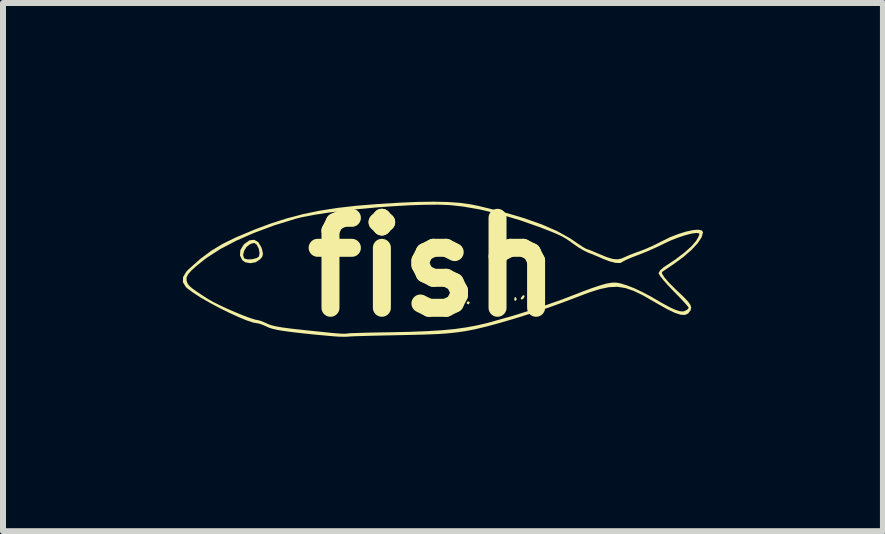
<source format=kicad_pcb>
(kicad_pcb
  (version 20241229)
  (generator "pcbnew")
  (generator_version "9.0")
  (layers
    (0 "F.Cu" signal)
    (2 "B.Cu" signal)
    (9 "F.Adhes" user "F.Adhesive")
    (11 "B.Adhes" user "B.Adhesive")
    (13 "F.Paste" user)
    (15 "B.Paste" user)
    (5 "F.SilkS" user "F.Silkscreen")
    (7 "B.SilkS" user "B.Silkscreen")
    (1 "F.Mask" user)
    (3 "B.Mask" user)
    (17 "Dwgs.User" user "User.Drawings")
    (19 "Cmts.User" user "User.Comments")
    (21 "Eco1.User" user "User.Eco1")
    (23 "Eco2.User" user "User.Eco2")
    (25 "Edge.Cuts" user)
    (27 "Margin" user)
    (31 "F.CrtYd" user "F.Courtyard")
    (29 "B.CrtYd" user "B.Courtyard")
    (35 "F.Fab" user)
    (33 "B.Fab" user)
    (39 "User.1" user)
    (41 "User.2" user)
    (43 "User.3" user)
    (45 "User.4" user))
  (footprint "fish"
    (layer "F.Cu")
    (at 4.175 1.404)
    (property "Reference" "fish" (at 0 0 0) (layer "F.SilkS") (effects (font (size 1.5 1.5) (thickness 0.3))))
    (attr board_only exclude_from_pos_files exclude_from_bom)
    (fp_poly (pts (xy 1.605 0.472) (xy 1.608 0.503) (xy 1.605 0.507) (xy 1.589 0.503) (xy 1.587 0.489) (xy 1.597 0.468)) (stroke (width 0) (type solid)) (fill yes) (layer "F.SilkS"))
    (fp_poly (pts (xy 1.376 0.503) (xy 1.392 0.535) (xy 1.388 0.544) (xy 1.362 0.568) (xy 1.35 0.541) (xy 1.349 0.528) (xy 1.362 0.5)) (stroke (width 0) (type solid)) (fill yes) (layer "F.SilkS"))
    (fp_poly (pts (xy 0.344 0.609) (xy 0.369 0.642) (xy 0.37 0.65) (xy 0.35 0.674) (xy 0.344 0.675) (xy 0.321 0.653) (xy 0.318 0.633) (xy 0.33 0.606)) (stroke (width 0) (type solid)) (fill yes) (layer "F.SilkS"))
    (fp_poly (pts (xy 0.472 0.588) (xy 0.476 0.607) (xy 0.462 0.643) (xy 0.45 0.648) (xy 0.424 0.629) (xy 0.423 0.623) (xy 0.443 0.587) (xy 0.45 0.582)) (stroke (width 0) (type solid)) (fill yes) (layer "F.SilkS"))
    (fp_poly (pts (xy 0.608 0.589) (xy 0.609 0.595) (xy 0.588 0.621) (xy 0.582 0.622) (xy 0.556 0.602) (xy 0.556 0.595) (xy 0.576 0.57) (xy 0.582 0.569)) (stroke (width 0) (type solid)) (fill yes) (layer "F.SilkS"))
    (fp_poly (pts (xy 1.523 0.477) (xy 1.519 0.5) (xy 1.494 0.534) (xy 1.468 0.541) (xy 1.459 0.52) (xy 1.461 0.511) (xy 1.494 0.473) (xy 1.503 0.469)) (stroke (width 0) (type solid)) (fill yes) (layer "F.SilkS"))
    (fp_poly (pts (xy 1.745 0.457) (xy 1.746 0.463) (xy 1.726 0.489) (xy 1.72 0.489) (xy 1.694 0.469) (xy 1.693 0.463) (xy 1.713 0.437) (xy 1.72 0.437)) (stroke (width 0) (type solid)) (fill yes) (layer "F.SilkS"))
    (fp_poly (pts (xy -2.918 -0.416) (xy -2.866 -0.328) (xy -2.854 -0.291) (xy -2.84 -0.221) (xy -2.852 -0.173) (xy -2.887 -0.13) (xy -2.961 -0.081) (xy -3.051 -0.065) (xy -3.137 -0.081) (xy -3.184 -0.115) (xy -3.224 -0.194) (xy -3.223 -0.203) (xy -3.171 -0.203) (xy -3.157 -0.152) (xy -3.146 -0.142) (xy -3.092 -0.128) (xy -3.017 -0.132) (xy -2.947 -0.15) (xy -2.907 -0.177) (xy -2.897 -0.235) (xy -2.911 -0.309) (xy -2.945 -0.373) (xy -2.951 -0.38) (xy -2.983 -0.402) (xy -3.026 -0.394) (xy -3.059 -0.38) (xy -3.116 -0.334) (xy -3.155 -0.27) (xy -3.171 -0.203) (xy -3.223 -0.203) (xy -3.217 -0.284) (xy -3.163 -0.372) (xy -3.151 -0.386) (xy -3.065 -0.446) (xy -2.986 -0.456)) (stroke (width 0) (type solid)) (fill yes) (layer "F.SilkS"))
    (fp_poly (pts (xy 0.235 -1.086) (xy 0.439 -1.072) (xy 0.622 -1.047) (xy 0.754 -1.02) (xy 1.157 -0.921) (xy 1.508 -0.818) (xy 1.811 -0.711) (xy 2.066 -0.6) (xy 2.276 -0.483) (xy 2.332 -0.445) (xy 2.422 -0.384) (xy 2.496 -0.336) (xy 2.543 -0.308) (xy 2.553 -0.304) (xy 2.584 -0.294) (xy 2.65 -0.268) (xy 2.739 -0.23) (xy 2.759 -0.222) (xy 2.891 -0.167) (xy 2.989 -0.137) (xy 3.067 -0.129) (xy 3.136 -0.142) (xy 3.193 -0.167) (xy 3.279 -0.205) (xy 3.384 -0.245) (xy 3.44 -0.264) (xy 3.531 -0.299) (xy 3.648 -0.35) (xy 3.768 -0.409) (xy 3.807 -0.429) (xy 3.945 -0.497) (xy 4.083 -0.551) (xy 4.214 -0.592) (xy 4.329 -0.617) (xy 4.42 -0.624) (xy 4.479 -0.611) (xy 4.498 -0.581) (xy 4.475 -0.498) (xy 4.409 -0.397) (xy 4.304 -0.285) (xy 4.166 -0.165) (xy 4 -0.044) (xy 3.995 -0.041) (xy 3.913 0.014) (xy 3.85 0.057) (xy 3.817 0.08) (xy 3.814 0.081) (xy 3.816 0.111) (xy 3.853 0.17) (xy 3.922 0.251) (xy 4.018 0.348) (xy 4.065 0.393) (xy 4.173 0.495) (xy 4.245 0.571) (xy 4.286 0.628) (xy 4.301 0.672) (xy 4.294 0.712) (xy 4.286 0.727) (xy 4.249 0.775) (xy 4.196 0.798) (xy 4.124 0.794) (xy 4.027 0.762) (xy 3.899 0.701) (xy 3.736 0.609) (xy 3.684 0.579) (xy 3.5 0.473) (xy 3.343 0.397) (xy 3.203 0.349) (xy 3.068 0.328) (xy 2.928 0.335) (xy 2.773 0.368) (xy 2.591 0.426) (xy 2.394 0.501) (xy 2.154 0.592) (xy 1.897 0.684) (xy 1.633 0.772) (xy 1.371 0.854) (xy 1.12 0.928) (xy 0.891 0.99) (xy 0.691 1.038) (xy 0.53 1.069) (xy 0.52 1.07) (xy 0.411 1.086) (xy 0.308 1.098) (xy 0.201 1.108) (xy 0.082 1.116) (xy -0.057 1.122) (xy -0.223 1.127) (xy -0.427 1.132) (xy -0.673 1.137) (xy -0.862 1.141) (xy -1.036 1.145) (xy -1.188 1.149) (xy -1.309 1.153) (xy -1.392 1.157) (xy -1.427 1.16) (xy -1.484 1.162) (xy -1.577 1.16) (xy -1.688 1.152) (xy -1.72 1.149) (xy -1.979 1.125) (xy -2.191 1.103) (xy -2.361 1.083) (xy -2.495 1.065) (xy -2.598 1.048) (xy -2.676 1.03) (xy -2.735 1.012) (xy -2.771 0.996) (xy -2.846 0.962) (xy -2.906 0.942) (xy -2.922 0.939) (xy -2.999 0.926) (xy -3.111 0.889) (xy -3.248 0.833) (xy -3.402 0.762) (xy -3.564 0.682) (xy -3.723 0.597) (xy -3.87 0.513) (xy -3.997 0.432) (xy -4.093 0.362) (xy -4.127 0.331) (xy -4.175 0.252) (xy -4.174 0.222) (xy -4.114 0.222) (xy -4.105 0.253) (xy -4.089 0.285) (xy -4.062 0.318) (xy -4.016 0.357) (xy -3.943 0.409) (xy -3.837 0.48) (xy -3.764 0.527) (xy -3.679 0.576) (xy -3.566 0.633) (xy -3.436 0.694) (xy -3.299 0.753) (xy -3.168 0.807) (xy -3.052 0.85) (xy -2.962 0.878) (xy -2.915 0.886) (xy -2.873 0.898) (xy -2.805 0.926) (xy -2.774 0.941) (xy -2.716 0.965) (xy -2.633 0.986) (xy -2.52 1.006) (xy -2.368 1.026) (xy -2.187 1.046) (xy -1.979 1.068) (xy -1.818 1.084) (xy -1.696 1.097) (xy -1.607 1.105) (xy -1.544 1.109) (xy -1.499 1.111) (xy -1.468 1.111) (xy -1.442 1.108) (xy -1.425 1.106) (xy -1.38 1.102) (xy -1.29 1.099) (xy -1.164 1.095) (xy -1.009 1.091) (xy -0.835 1.088) (xy -0.711 1.086) (xy -0.385 1.079) (xy -0.105 1.068) (xy 0.139 1.053) (xy 0.353 1.033) (xy 0.545 1.006) (xy 0.724 0.973) (xy 0.897 0.933) (xy 0.926 0.925) (xy 1.355 0.804) (xy 1.766 0.674) (xy 2.147 0.54) (xy 2.368 0.455) (xy 2.512 0.399) (xy 2.654 0.347) (xy 2.778 0.306) (xy 2.871 0.279) (xy 2.892 0.274) (xy 2.978 0.26) (xy 3.047 0.258) (xy 3.121 0.271) (xy 3.22 0.302) (xy 3.235 0.307) (xy 3.349 0.351) (xy 3.483 0.414) (xy 3.611 0.481) (xy 3.637 0.496) (xy 3.805 0.594) (xy 3.935 0.665) (xy 4.034 0.711) (xy 4.108 0.735) (xy 4.162 0.74) (xy 4.196 0.731) (xy 4.244 0.702) (xy 4.26 0.679) (xy 4.242 0.653) (xy 4.194 0.597) (xy 4.121 0.519) (xy 4.032 0.427) (xy 4.008 0.403) (xy 3.916 0.306) (xy 3.838 0.219) (xy 3.783 0.149) (xy 3.758 0.107) (xy 3.757 0.101) (xy 3.78 0.057) (xy 3.842 0.002) (xy 3.883 -0.025) (xy 4.045 -0.133) (xy 4.189 -0.243) (xy 4.303 -0.345) (xy 4.38 -0.434) (xy 4.384 -0.44) (xy 4.421 -0.504) (xy 4.437 -0.55) (xy 4.435 -0.561) (xy 4.393 -0.57) (xy 4.314 -0.56) (xy 4.21 -0.534) (xy 4.09 -0.495) (xy 3.966 -0.447) (xy 3.857 -0.396) (xy 3.722 -0.331) (xy 3.57 -0.263) (xy 3.43 -0.207) (xy 3.4 -0.196) (xy 3.299 -0.157) (xy 3.218 -0.122) (xy 3.169 -0.097) (xy 3.16 -0.09) (xy 3.118 -0.068) (xy 3.039 -0.071) (xy 2.936 -0.097) (xy 2.838 -0.135) (xy 2.738 -0.178) (xy 2.641 -0.219) (xy 2.587 -0.239) (xy 2.512 -0.275) (xy 2.419 -0.33) (xy 2.349 -0.378) (xy 2.272 -0.434) (xy 2.206 -0.478) (xy 2.14 -0.515) (xy 2.063 -0.551) (xy 1.963 -0.593) (xy 1.829 -0.645) (xy 1.775 -0.666) (xy 1.444 -0.782) (xy 1.112 -0.881) (xy 0.792 -0.958) (xy 0.495 -1.01) (xy 0.277 -1.034) (xy 0.087 -1.041) (xy -0.141 -1.039) (xy -0.397 -1.031) (xy -0.672 -1.015) (xy -0.956 -0.994) (xy -1.241 -0.968) (xy -1.516 -0.938) (xy -1.772 -0.905) (xy -2.001 -0.869) (xy -2.192 -0.832) (xy -2.299 -0.805) (xy -2.654 -0.695) (xy -2.987 -0.571) (xy -3.288 -0.439) (xy -3.553 -0.3) (xy -3.773 -0.158) (xy -3.819 -0.124) (xy -3.946 -0.022) (xy -4.034 0.057) (xy -4.088 0.119) (xy -4.114 0.172) (xy -4.114 0.222) (xy -4.174 0.222) (xy -4.172 0.166) (xy -4.118 0.075) (xy -4.081 0.037) (xy -3.887 -0.135) (xy -3.702 -0.273) (xy -3.51 -0.389) (xy -3.294 -0.494) (xy -3.262 -0.508) (xy -2.975 -0.628) (xy -2.704 -0.729) (xy -2.44 -0.813) (xy -2.175 -0.883) (xy -1.9 -0.94) (xy -1.606 -0.986) (xy -1.284 -1.023) (xy -0.926 -1.052) (xy -0.584 -1.073) (xy -0.269 -1.087) (xy 0.001 -1.091)) (stroke (width 0) (type solid)) (fill yes) (layer "F.SilkS")))
  (gr_rect
    (start -3 -3)
    (end 11.673 5.808)
    (stroke (width 0.1) (type default))
    (fill no)
    (layer "Edge.Cuts")))
</source>
